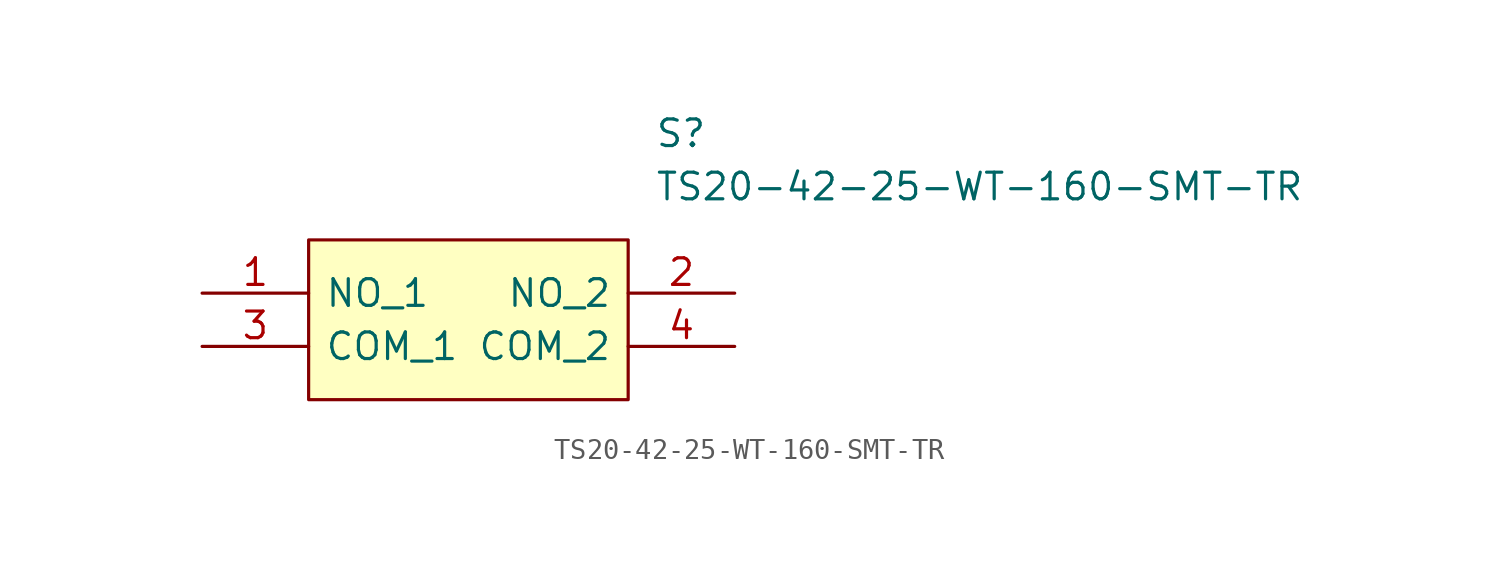
<source format=kicad_sym>
(kicad_symbol_lib
  (version 20231120)
  (generator "kicad_symbol_editor")
  (generator_version "8.0")
  (symbol "TS20-42-25-WT-160-SMT-TR"
    (pin_names
      (offset 0.762))
    (property "Reference" "S"
      (at 26.67 7.62 0)
      (effects (font (size 1.27 1.27)) (justify left)))
    (property "Value" "TS20-42-25-WT-160-SMT-TR"
      (at 26.67 5.08 0)
      (effects (font (size 1.27 1.27)) (justify left)))
    (symbol "TS20-42-25-WT-160-SMT-TR_0_0"
      (pin passive line (at 5.08 0 0) (length 5.08) (name "NO_1" (effects (font (size 1.27 1.27)))) (number "1" (effects (font (size 1.27 1.27)))))
      (pin passive line (at 30.48 0 180) (length 5.08) (name "NO_2" (effects (font (size 1.27 1.27)))) (number "2" (effects (font (size 1.27 1.27)))))
      (pin passive line (at 5.08 -2.54 0) (length 5.08) (name "COM_1" (effects (font (size 1.27 1.27)))) (number "3" (effects (font (size 1.27 1.27)))))
      (pin passive line (at 30.48 -2.54 180) (length 5.08) (name "COM_2" (effects (font (size 1.27 1.27)))) (number "4" (effects (font (size 1.27 1.27))))))
    (symbol "TS20-42-25-WT-160-SMT-TR_0_1"
      (polyline (pts (xy 10.16 2.54) (xy 25.4 2.54) (xy 25.4 -5.08) (xy 10.16 -5.08) (xy 10.16 2.54)) (stroke (width 0.152) (type default)) (fill (type background))))))
</source>
